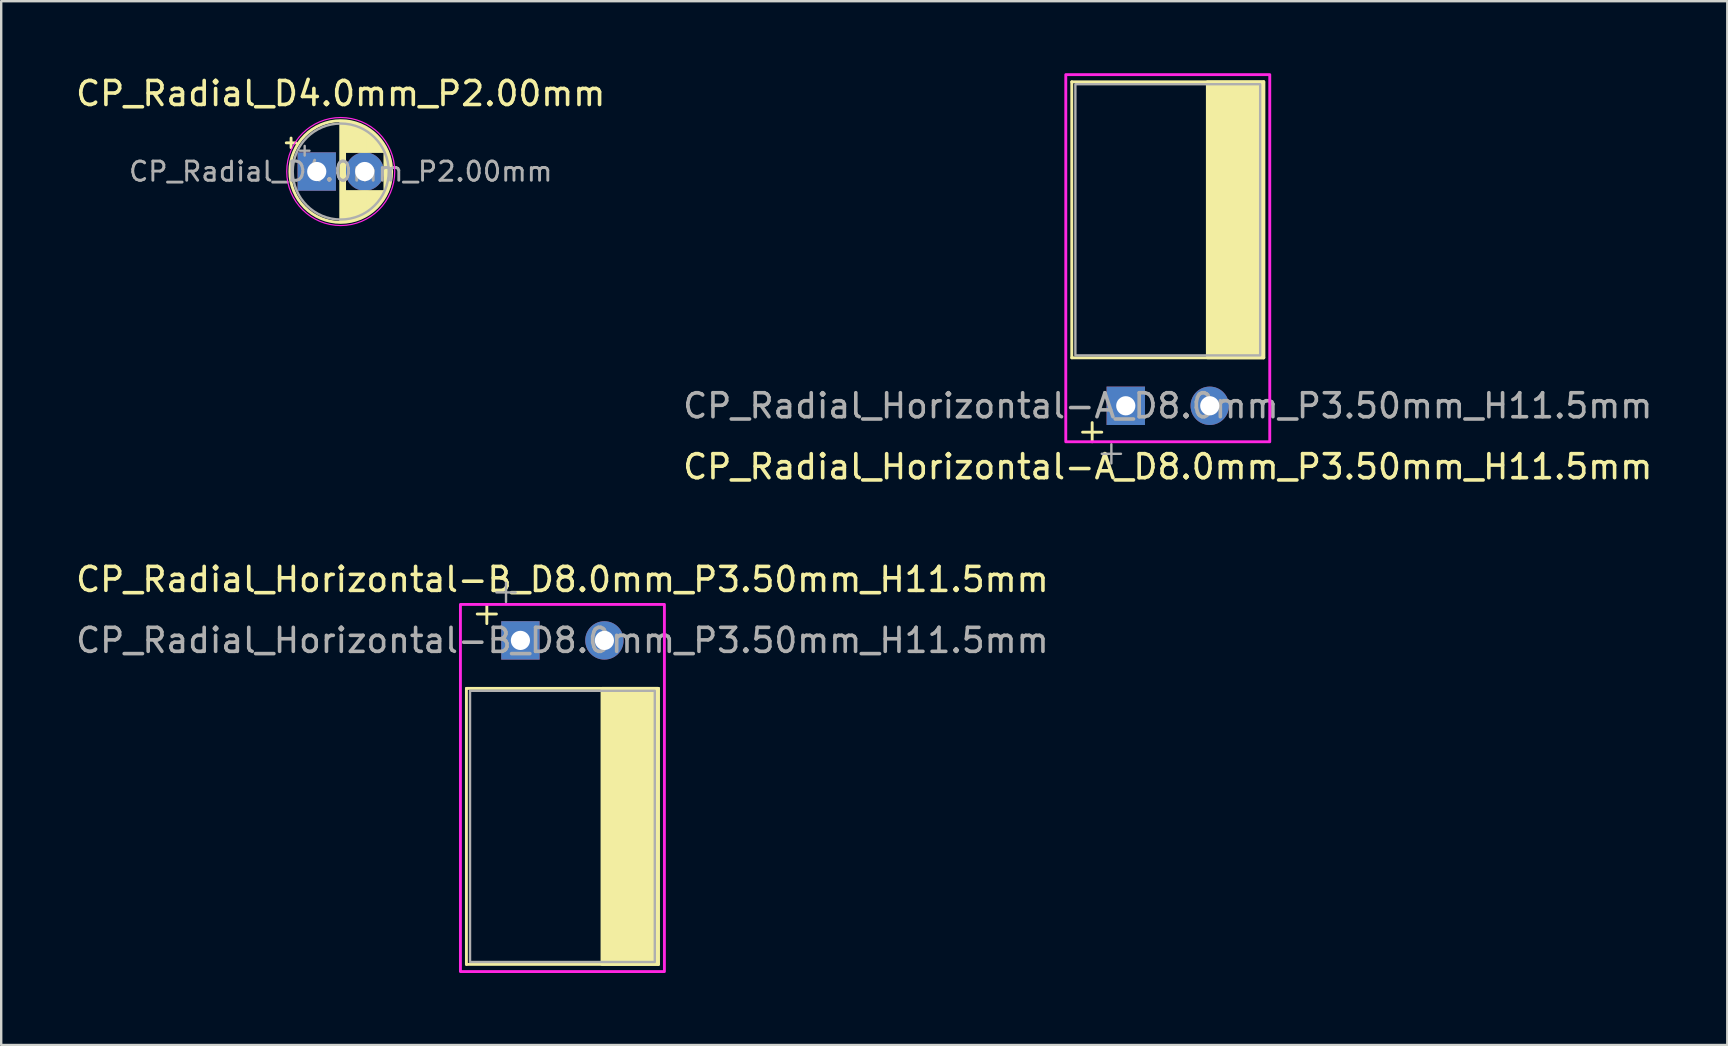
<source format=kicad_pcb>
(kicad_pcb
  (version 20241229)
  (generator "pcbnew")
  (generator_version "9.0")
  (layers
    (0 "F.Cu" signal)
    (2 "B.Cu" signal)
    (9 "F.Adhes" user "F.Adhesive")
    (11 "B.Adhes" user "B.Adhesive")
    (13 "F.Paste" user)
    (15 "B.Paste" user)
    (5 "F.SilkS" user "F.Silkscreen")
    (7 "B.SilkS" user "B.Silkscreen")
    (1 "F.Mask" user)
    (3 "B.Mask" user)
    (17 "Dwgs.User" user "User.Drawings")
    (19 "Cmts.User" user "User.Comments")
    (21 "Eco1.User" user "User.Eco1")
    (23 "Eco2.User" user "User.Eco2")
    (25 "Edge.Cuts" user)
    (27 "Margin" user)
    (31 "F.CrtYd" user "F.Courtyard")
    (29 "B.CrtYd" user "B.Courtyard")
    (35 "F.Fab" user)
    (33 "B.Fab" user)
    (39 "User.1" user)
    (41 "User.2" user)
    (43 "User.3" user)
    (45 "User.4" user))
  (footprint "CP_Radial_Horizontal-A_D8.0mm_P3.50mm_H11.5mm"
    (layer "F.Cu")
    (at 43.863 13.86)
    (property "Reference" "CP_Radial_Horizontal-A_D8.0mm_P3.50mm_H11.5mm" (at 1.75 2.54 0) (layer "F.SilkS") (effects (font (size 1 1) (thickness 0.15))))
    (attr through_hole)
    (fp_line (start -2.25 -13.5) (end -2.25 -2) (stroke (width 0.12) (type default)) (layer "F.SilkS"))
    (fp_line (start -1.8 1.1) (end -1 1.1) (stroke (width 0.12) (type solid)) (layer "F.SilkS"))
    (fp_line (start -1.4 0.7) (end -1.4 1.5) (stroke (width 0.12) (type solid)) (layer "F.SilkS"))
    (fp_line (start 5.75 -13.5) (end -2.25 -13.5) (stroke (width 0.12) (type default)) (layer "F.SilkS"))
    (fp_line (start 5.75 -2) (end -2.25 -2) (stroke (width 0.12) (type default)) (layer "F.SilkS"))
    (fp_line (start 5.75 -2) (end 5.75 -13.5) (stroke (width 0.12) (type default)) (layer "F.SilkS"))
    (fp_rect (start 3.4 -13.5) (end 5.75 -2) (stroke (width 0.12) (type solid)) (fill yes) (layer "F.SilkS"))
    (fp_rect (start 6 1.5) (end -2.5 -13.8) (stroke (width 0.12) (type default)) (fill no) (layer "F.CrtYd"))
    (fp_line (start -1 2) (end -0.2 2) (stroke (width 0.1) (type solid)) (layer "F.Fab"))
    (fp_line (start -0.6 1.6) (end -0.6 2.4) (stroke (width 0.1) (type solid)) (layer "F.Fab"))
    (fp_rect (start 5.6 -2.1) (end -2.1 -13.4) (stroke (width 0.1) (type default)) (fill no) (layer "F.Fab"))
    (fp_text user "${REFERENCE}" (at 1.75 0 0) (layer "F.Fab") (effects (font (size 1 1) (thickness 0.15))))
    (pad "1" thru_hole rect (at 0 0) (size 1.6 1.6) (drill 0.8) (layers "*.Cu" "*.Mask"))
    (pad "2" thru_hole circle (at 3.5 0) (size 1.6 1.6) (drill 0.8) (layers "*.Cu" "*.Mask")))
  (footprint "CP_Radial_Horizontal-B_D8.0mm_P3.50mm_H11.5mm"
    (layer "F.Cu")
    (at 18.637 23.637)
    (property "Reference" "CP_Radial_Horizontal-B_D8.0mm_P3.50mm_H11.5mm" (at 1.75 -2.54 0) (layer "F.SilkS") (effects (font (size 1 1) (thickness 0.15))))
    (attr through_hole)
    (fp_line (start -2.25 13.5) (end -2.25 2) (stroke (width 0.12) (type default)) (layer "F.SilkS"))
    (fp_line (start -1.8 -1.1) (end -1 -1.1) (stroke (width 0.12) (type solid)) (layer "F.SilkS"))
    (fp_line (start -1.4 -0.7) (end -1.4 -1.5) (stroke (width 0.12) (type solid)) (layer "F.SilkS"))
    (fp_line (start 5.75 2) (end -2.25 2) (stroke (width 0.12) (type default)) (layer "F.SilkS"))
    (fp_line (start 5.75 2) (end 5.75 13.5) (stroke (width 0.12) (type default)) (layer "F.SilkS"))
    (fp_line (start 5.75 13.5) (end -2.25 13.5) (stroke (width 0.12) (type default)) (layer "F.SilkS"))
    (fp_rect (start 3.4 13.5) (end 5.75 2) (stroke (width 0.12) (type solid)) (fill yes) (layer "F.SilkS"))
    (fp_rect (start 6 -1.5) (end -2.5 13.8) (stroke (width 0.12) (type default)) (fill no) (layer "F.CrtYd"))
    (fp_line (start -1 -2) (end -0.2 -2) (stroke (width 0.1) (type solid)) (layer "F.Fab"))
    (fp_line (start -0.6 -1.6) (end -0.6 -2.4) (stroke (width 0.1) (type solid)) (layer "F.Fab"))
    (fp_rect (start 5.6 2.1) (end -2.1 13.4) (stroke (width 0.1) (type default)) (fill no) (layer "F.Fab"))
    (fp_text user "${REFERENCE}" (at 1.75 0 0) (layer "F.Fab") (effects (font (size 1 1) (thickness 0.15))))
    (pad "1" thru_hole rect (at 0 0) (size 1.6 1.6) (drill 0.8) (layers "*.Cu" "*.Mask"))
    (pad "2" thru_hole circle (at 3.5 0) (size 1.6 1.6) (drill 0.8) (layers "*.Cu" "*.Mask")))
  (footprint "CP_Radial_D4.0mm_P2.00mm"
    (layer "F.Cu")
    (at 10.149 4.098)
    (property "Reference" "CP_Radial_D4.0mm_P2.00mm" (at 1 -3.25 0) (layer "F.SilkS") (effects (font (size 1 1) (thickness 0.15))))
    (attr through_hole)
    (fp_line (start -1.27 -1.195) (end -0.87 -1.195) (stroke (width 0.12) (type solid)) (layer "F.SilkS"))
    (fp_line (start -1.07 -1.395) (end -1.07 -0.995) (stroke (width 0.12) (type solid)) (layer "F.SilkS"))
    (fp_line (start 1 -2.08) (end 1 2.08) (stroke (width 0.12) (type solid)) (layer "F.SilkS"))
    (fp_line (start 1.04 -2.08) (end 1.04 2.08) (stroke (width 0.12) (type solid)) (layer "F.SilkS"))
    (fp_line (start 1.08 -2.079) (end 1.08 2.079) (stroke (width 0.12) (type solid)) (layer "F.SilkS"))
    (fp_line (start 1.12 -2.077) (end 1.12 2.077) (stroke (width 0.12) (type solid)) (layer "F.SilkS"))
    (fp_line (start 1.16 -2.074) (end 1.16 2.074) (stroke (width 0.12) (type solid)) (layer "F.SilkS"))
    (fp_line (start 1.2 -2.071) (end 1.2 -0.84) (stroke (width 0.12) (type solid)) (layer "F.SilkS"))
    (fp_line (start 1.2 0.84) (end 1.2 2.071) (stroke (width 0.12) (type solid)) (layer "F.SilkS"))
    (fp_line (start 1.24 -2.067) (end 1.24 -0.84) (stroke (width 0.12) (type solid)) (layer "F.SilkS"))
    (fp_line (start 1.24 0.84) (end 1.24 2.067) (stroke (width 0.12) (type solid)) (layer "F.SilkS"))
    (fp_line (start 1.28 -2.062) (end 1.28 -0.84) (stroke (width 0.12) (type solid)) (layer "F.SilkS"))
    (fp_line (start 1.28 0.84) (end 1.28 2.062) (stroke (width 0.12) (type solid)) (layer "F.SilkS"))
    (fp_line (start 1.32 -2.056) (end 1.32 -0.84) (stroke (width 0.12) (type solid)) (layer "F.SilkS"))
    (fp_line (start 1.32 0.84) (end 1.32 2.056) (stroke (width 0.12) (type solid)) (layer "F.SilkS"))
    (fp_line (start 1.36 -2.05) (end 1.36 -0.84) (stroke (width 0.12) (type solid)) (layer "F.SilkS"))
    (fp_line (start 1.36 0.84) (end 1.36 2.05) (stroke (width 0.12) (type solid)) (layer "F.SilkS"))
    (fp_line (start 1.4 -2.042) (end 1.4 -0.84) (stroke (width 0.12) (type solid)) (layer "F.SilkS"))
    (fp_line (start 1.4 0.84) (end 1.4 2.042) (stroke (width 0.12) (type solid)) (layer "F.SilkS"))
    (fp_line (start 1.44 -2.034) (end 1.44 -0.84) (stroke (width 0.12) (type solid)) (layer "F.SilkS"))
    (fp_line (start 1.44 0.84) (end 1.44 2.034) (stroke (width 0.12) (type solid)) (layer "F.SilkS"))
    (fp_line (start 1.48 -2.025) (end 1.48 -0.84) (stroke (width 0.12) (type solid)) (layer "F.SilkS"))
    (fp_line (start 1.48 0.84) (end 1.48 2.025) (stroke (width 0.12) (type solid)) (layer "F.SilkS"))
    (fp_line (start 1.52 -2.016) (end 1.52 -0.84) (stroke (width 0.12) (type solid)) (layer "F.SilkS"))
    (fp_line (start 1.52 0.84) (end 1.52 2.016) (stroke (width 0.12) (type solid)) (layer "F.SilkS"))
    (fp_line (start 1.56 -2.005) (end 1.56 -0.84) (stroke (width 0.12) (type solid)) (layer "F.SilkS"))
    (fp_line (start 1.56 0.84) (end 1.56 2.005) (stroke (width 0.12) (type solid)) (layer "F.SilkS"))
    (fp_line (start 1.6 -1.994) (end 1.6 -0.84) (stroke (width 0.12) (type solid)) (layer "F.SilkS"))
    (fp_line (start 1.6 0.84) (end 1.6 1.994) (stroke (width 0.12) (type solid)) (layer "F.SilkS"))
    (fp_line (start 1.64 -1.982) (end 1.64 -0.84) (stroke (width 0.12) (type solid)) (layer "F.SilkS"))
    (fp_line (start 1.64 0.84) (end 1.64 1.982) (stroke (width 0.12) (type solid)) (layer "F.SilkS"))
    (fp_line (start 1.68 -1.968) (end 1.68 -0.84) (stroke (width 0.12) (type solid)) (layer "F.SilkS"))
    (fp_line (start 1.68 0.84) (end 1.68 1.968) (stroke (width 0.12) (type solid)) (layer "F.SilkS"))
    (fp_line (start 1.721 -1.954) (end 1.721 -0.84) (stroke (width 0.12) (type solid)) (layer "F.SilkS"))
    (fp_line (start 1.721 0.84) (end 1.721 1.954) (stroke (width 0.12) (type solid)) (layer "F.SilkS"))
    (fp_line (start 1.761 -1.94) (end 1.761 -0.84) (stroke (width 0.12) (type solid)) (layer "F.SilkS"))
    (fp_line (start 1.761 0.84) (end 1.761 1.94) (stroke (width 0.12) (type solid)) (layer "F.SilkS"))
    (fp_line (start 1.801 -1.924) (end 1.801 -0.84) (stroke (width 0.12) (type solid)) (layer "F.SilkS"))
    (fp_line (start 1.801 0.84) (end 1.801 1.924) (stroke (width 0.12) (type solid)) (layer "F.SilkS"))
    (fp_line (start 1.841 -1.907) (end 1.841 -0.84) (stroke (width 0.12) (type solid)) (layer "F.SilkS"))
    (fp_line (start 1.841 0.84) (end 1.841 1.907) (stroke (width 0.12) (type solid)) (layer "F.SilkS"))
    (fp_line (start 1.881 -1.889) (end 1.881 -0.84) (stroke (width 0.12) (type solid)) (layer "F.SilkS"))
    (fp_line (start 1.881 0.84) (end 1.881 1.889) (stroke (width 0.12) (type solid)) (layer "F.SilkS"))
    (fp_line (start 1.921 -1.87) (end 1.921 -0.84) (stroke (width 0.12) (type solid)) (layer "F.SilkS"))
    (fp_line (start 1.921 0.84) (end 1.921 1.87) (stroke (width 0.12) (type solid)) (layer "F.SilkS"))
    (fp_line (start 1.961 -1.851) (end 1.961 -0.84) (stroke (width 0.12) (type solid)) (layer "F.SilkS"))
    (fp_line (start 1.961 0.84) (end 1.961 1.851) (stroke (width 0.12) (type solid)) (layer "F.SilkS"))
    (fp_line (start 2.001 -1.83) (end 2.001 -0.84) (stroke (width 0.12) (type solid)) (layer "F.SilkS"))
    (fp_line (start 2.001 0.84) (end 2.001 1.83) (stroke (width 0.12) (type solid)) (layer "F.SilkS"))
    (fp_line (start 2.041 -1.808) (end 2.041 -0.84) (stroke (width 0.12) (type solid)) (layer "F.SilkS"))
    (fp_line (start 2.041 0.84) (end 2.041 1.808) (stroke (width 0.12) (type solid)) (layer "F.SilkS"))
    (fp_line (start 2.081 -1.785) (end 2.081 -0.84) (stroke (width 0.12) (type solid)) (layer "F.SilkS"))
    (fp_line (start 2.081 0.84) (end 2.081 1.785) (stroke (width 0.12) (type solid)) (layer "F.SilkS"))
    (fp_line (start 2.121 -1.76) (end 2.121 -0.84) (stroke (width 0.12) (type solid)) (layer "F.SilkS"))
    (fp_line (start 2.121 0.84) (end 2.121 1.76) (stroke (width 0.12) (type solid)) (layer "F.SilkS"))
    (fp_line (start 2.161 -1.735) (end 2.161 -0.84) (stroke (width 0.12) (type solid)) (layer "F.SilkS"))
    (fp_line (start 2.161 0.84) (end 2.161 1.735) (stroke (width 0.12) (type solid)) (layer "F.SilkS"))
    (fp_line (start 2.201 -1.708) (end 2.201 -0.84) (stroke (width 0.12) (type solid)) (layer "F.SilkS"))
    (fp_line (start 2.201 0.84) (end 2.201 1.708) (stroke (width 0.12) (type solid)) (layer "F.SilkS"))
    (fp_line (start 2.241 -1.68) (end 2.241 -0.84) (stroke (width 0.12) (type solid)) (layer "F.SilkS"))
    (fp_line (start 2.241 0.84) (end 2.241 1.68) (stroke (width 0.12) (type solid)) (layer "F.SilkS"))
    (fp_line (start 2.281 -1.65) (end 2.281 -0.84) (stroke (width 0.12) (type solid)) (layer "F.SilkS"))
    (fp_line (start 2.281 0.84) (end 2.281 1.65) (stroke (width 0.12) (type solid)) (layer "F.SilkS"))
    (fp_line (start 2.321 -1.619) (end 2.321 -0.84) (stroke (width 0.12) (type solid)) (layer "F.SilkS"))
    (fp_line (start 2.321 0.84) (end 2.321 1.619) (stroke (width 0.12) (type solid)) (layer "F.SilkS"))
    (fp_line (start 2.361 -1.587) (end 2.361 -0.84) (stroke (width 0.12) (type solid)) (layer "F.SilkS"))
    (fp_line (start 2.361 0.84) (end 2.361 1.587) (stroke (width 0.12) (type solid)) (layer "F.SilkS"))
    (fp_line (start 2.401 -1.552) (end 2.401 -0.84) (stroke (width 0.12) (type solid)) (layer "F.SilkS"))
    (fp_line (start 2.401 0.84) (end 2.401 1.552) (stroke (width 0.12) (type solid)) (layer "F.SilkS"))
    (fp_line (start 2.441 -1.516) (end 2.441 -0.84) (stroke (width 0.12) (type solid)) (layer "F.SilkS"))
    (fp_line (start 2.441 0.84) (end 2.441 1.516) (stroke (width 0.12) (type solid)) (layer "F.SilkS"))
    (fp_line (start 2.481 -1.478) (end 2.481 -0.84) (stroke (width 0.12) (type solid)) (layer "F.SilkS"))
    (fp_line (start 2.481 0.84) (end 2.481 1.478) (stroke (width 0.12) (type solid)) (layer "F.SilkS"))
    (fp_line (start 2.521 -1.438) (end 2.521 -0.84) (stroke (width 0.12) (type solid)) (layer "F.SilkS"))
    (fp_line (start 2.521 0.84) (end 2.521 1.438) (stroke (width 0.12) (type solid)) (layer "F.SilkS"))
    (fp_line (start 2.561 -1.396) (end 2.561 -0.84) (stroke (width 0.12) (type solid)) (layer "F.SilkS"))
    (fp_line (start 2.561 0.84) (end 2.561 1.396) (stroke (width 0.12) (type solid)) (layer "F.SilkS"))
    (fp_line (start 2.601 -1.351) (end 2.601 -0.84) (stroke (width 0.12) (type solid)) (layer "F.SilkS"))
    (fp_line (start 2.601 0.84) (end 2.601 1.351) (stroke (width 0.12) (type solid)) (layer "F.SilkS"))
    (fp_line (start 2.641 -1.304) (end 2.641 -0.84) (stroke (width 0.12) (type solid)) (layer "F.SilkS"))
    (fp_line (start 2.641 0.84) (end 2.641 1.304) (stroke (width 0.12) (type solid)) (layer "F.SilkS"))
    (fp_line (start 2.681 -1.254) (end 2.681 -0.84) (stroke (width 0.12) (type solid)) (layer "F.SilkS"))
    (fp_line (start 2.681 0.84) (end 2.681 1.254) (stroke (width 0.12) (type solid)) (layer "F.SilkS"))
    (fp_line (start 2.721 -1.2) (end 2.721 -0.84) (stroke (width 0.12) (type solid)) (layer "F.SilkS"))
    (fp_line (start 2.721 0.84) (end 2.721 1.2) (stroke (width 0.12) (type solid)) (layer "F.SilkS"))
    (fp_line (start 2.761 -1.142) (end 2.761 -0.84) (stroke (width 0.12) (type solid)) (layer "F.SilkS"))
    (fp_line (start 2.761 0.84) (end 2.761 1.142) (stroke (width 0.12) (type solid)) (layer "F.SilkS"))
    (fp_line (start 2.801 -1.08) (end 2.801 -0.84) (stroke (width 0.12) (type solid)) (layer "F.SilkS"))
    (fp_line (start 2.801 0.84) (end 2.801 1.08) (stroke (width 0.12) (type solid)) (layer "F.SilkS"))
    (fp_line (start 2.841 -1.013) (end 2.841 1.013) (stroke (width 0.12) (type solid)) (layer "F.SilkS"))
    (fp_line (start 2.881 -0.94) (end 2.881 0.94) (stroke (width 0.12) (type solid)) (layer "F.SilkS"))
    (fp_line (start 2.921 -0.859) (end 2.921 0.859) (stroke (width 0.12) (type solid)) (layer "F.SilkS"))
    (fp_line (start 2.961 -0.768) (end 2.961 0.768) (stroke (width 0.12) (type solid)) (layer "F.SilkS"))
    (fp_line (start 3.001 -0.664) (end 3.001 0.664) (stroke (width 0.12) (type solid)) (layer "F.SilkS"))
    (fp_line (start 3.041 -0.537) (end 3.041 0.537) (stroke (width 0.12) (type solid)) (layer "F.SilkS"))
    (fp_line (start 3.081 -0.37) (end 3.081 0.37) (stroke (width 0.12) (type solid)) (layer "F.SilkS"))
    (fp_circle (center 1 0) (end 3.12 0) (stroke (width 0.12) (type solid)) (fill no) (layer "F.SilkS"))
    (fp_circle (center 1 0) (end 3.25 0) (stroke (width 0.05) (type solid)) (fill no) (layer "F.CrtYd"))
    (fp_line (start -0.703 -0.868) (end -0.303 -0.868) (stroke (width 0.1) (type solid)) (layer "F.Fab"))
    (fp_line (start -0.503 -1.067) (end -0.503 -0.667) (stroke (width 0.1) (type solid)) (layer "F.Fab"))
    (fp_circle (center 1 0) (end 3 0) (stroke (width 0.1) (type solid)) (fill no) (layer "F.Fab"))
    (fp_text user "${REFERENCE}" (at 1 0 0) (layer "F.Fab") (effects (font (size 0.8 0.8) (thickness 0.12))))
    (pad "1" thru_hole rect (at 0 0) (size 1.6 1.6) (drill 0.8) (layers "*.Cu" "*.Mask"))
    (pad "2" thru_hole circle (at 2 0) (size 1.6 1.6) (drill 0.8) (layers "*.Cu" "*.Mask")))
  (gr_rect
    (start -3 -3)
    (end 68.929 40.496)
    (stroke (width 0.1) (type default))
    (fill no)
    (layer "Edge.Cuts")))
</source>
